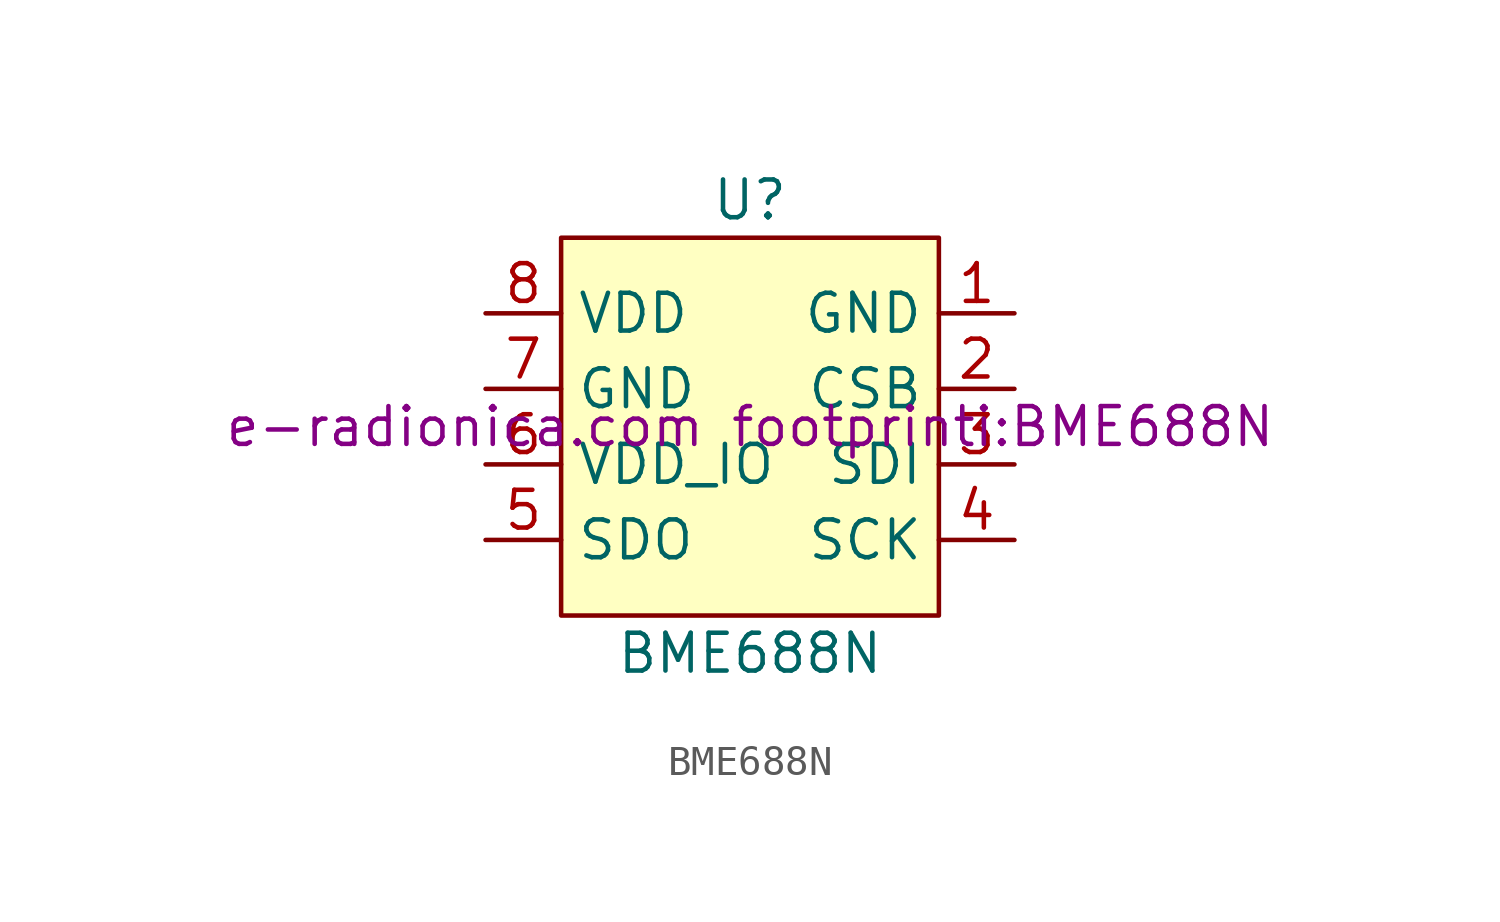
<source format=kicad_sym>
(kicad_symbol_lib
  (version 20211014)
  (generator kicad_symbol_editor)
  (symbol "BME688N"
    (property "Reference" "U"
      (at 0 7.62 0)
      (effects (font (size 1.27 1.27))))
    (property "Value" "BME688N"
      (at 0 -7.62 0)
      (effects (font (size 1.27 1.27))))
    (property "Footprint" "e-radionica.com footprinti:BME688N"
      (at 0 0 0)
      (effects (font (size 1.27 1.27))))
    (symbol "BME688N_0_1"
      (rectangle (start -6.35 6.35) (end 6.35 -6.35) (stroke (width 0) (type default) (color 0 0 0 0)) (fill (type background))))
    (symbol "BME688N_1_1"
      (pin passive line (at 8.89 3.81 180) (length 2.54) (name "GND" (effects (font (size 1.27 1.27)))) (number "1" (effects (font (size 1.27 1.27)))))
      (pin passive line (at 8.89 1.27 180) (length 2.54) (name "CSB" (effects (font (size 1.27 1.27)))) (number "2" (effects (font (size 1.27 1.27)))))
      (pin passive line (at 8.89 -1.27 180) (length 2.54) (name "SDI" (effects (font (size 1.27 1.27)))) (number "3" (effects (font (size 1.27 1.27)))))
      (pin passive line (at 8.89 -3.81 180) (length 2.54) (name "SCK" (effects (font (size 1.27 1.27)))) (number "4" (effects (font (size 1.27 1.27)))))
      (pin passive line (at -8.89 -3.81 0) (length 2.54) (name "SDO" (effects (font (size 1.27 1.27)))) (number "5" (effects (font (size 1.27 1.27)))))
      (pin passive line (at -8.89 -1.27 0) (length 2.54) (name "VDD_IO" (effects (font (size 1.27 1.27)))) (number "6" (effects (font (size 1.27 1.27)))))
      (pin passive line (at -8.89 1.27 0) (length 2.54) (name "GND" (effects (font (size 1.27 1.27)))) (number "7" (effects (font (size 1.27 1.27)))))
      (pin passive line (at -8.89 3.81 0) (length 2.54) (name "VDD" (effects (font (size 1.27 1.27)))) (number "8" (effects (font (size 1.27 1.27))))))))
</source>
